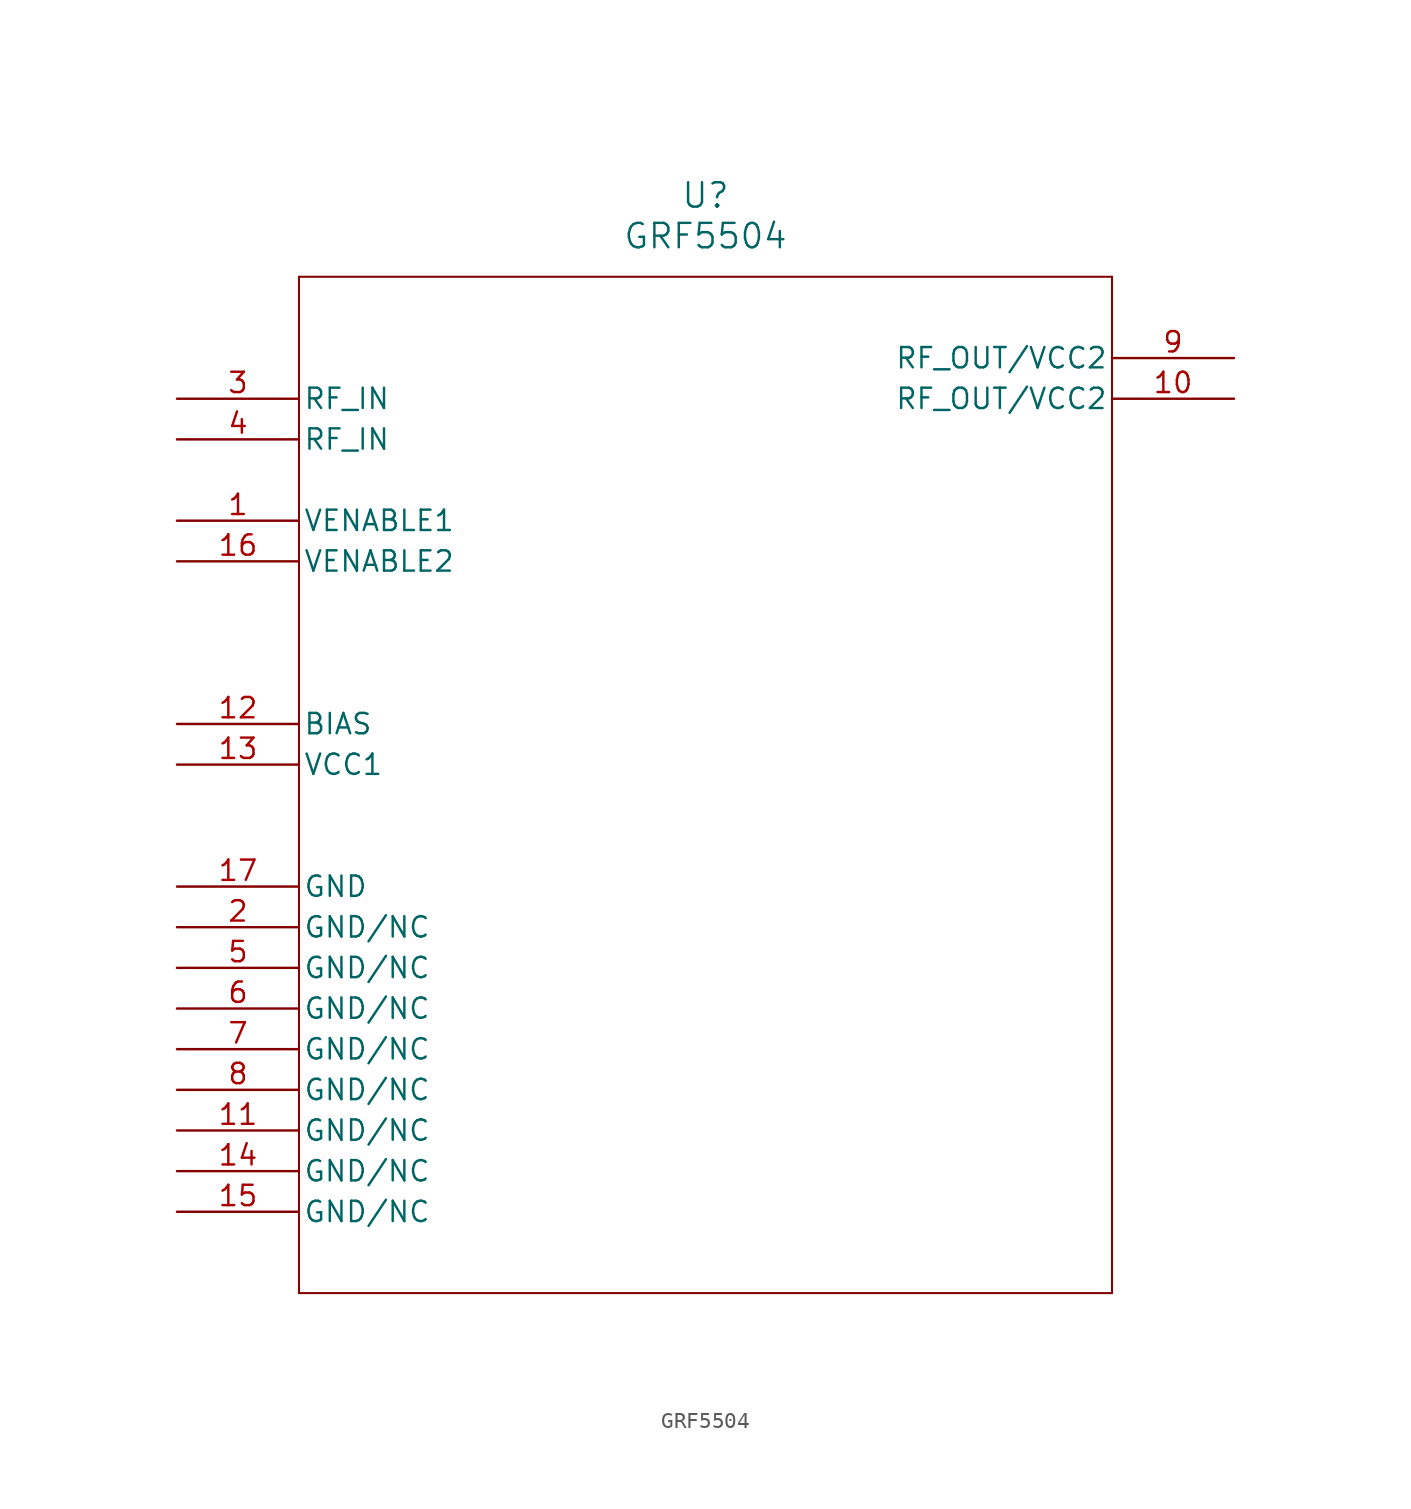
<source format=kicad_sym>
(kicad_symbol_lib
  (version 20211014)
  (generator kicad_symbol_editor)
  (symbol "GRF5504"
    (pin_names
      (offset 0.254))
    (property "Reference" "U"
      (at 33.02 12.7 0)
      (effects (font (size 1.524 1.524))))
    (property "Value" "GRF5504"
      (at 33.02 10.16 0)
      (effects (font (size 1.524 1.524))))
    (symbol "GRF5504_0_1"
      (polyline (pts (xy 7.62 7.62) (xy 7.62 -55.88)) (stroke (width 0.127) (type default) (color 0 0 0 0)) (fill (type none)))
      (polyline (pts (xy 7.62 -55.88) (xy 58.42 -55.88)) (stroke (width 0.127) (type default) (color 0 0 0 0)) (fill (type none)))
      (polyline (pts (xy 58.42 -55.88) (xy 58.42 7.62)) (stroke (width 0.127) (type default) (color 0 0 0 0)) (fill (type none)))
      (polyline (pts (xy 58.42 7.62) (xy 7.62 7.62)) (stroke (width 0.127) (type default) (color 0 0 0 0)) (fill (type none)))
      (pin input line (at 0 -7.62 0) (length 7.62) (name "VENABLE1" (effects (font (size 1.27 1.27)))) (number "1" (effects (font (size 1.27 1.27)))))
      (pin power_out line (at 0 -33.02 0) (length 7.62) (name "GND/NC" (effects (font (size 1.27 1.27)))) (number "2" (effects (font (size 1.27 1.27)))))
      (pin input line (at 0 0 0) (length 7.62) (name "RF_IN" (effects (font (size 1.27 1.27)))) (number "3" (effects (font (size 1.27 1.27)))))
      (pin input line (at 0 -2.54 0) (length 7.62) (name "RF_IN" (effects (font (size 1.27 1.27)))) (number "4" (effects (font (size 1.27 1.27)))))
      (pin power_out line (at 0 -35.56 0) (length 7.62) (name "GND/NC" (effects (font (size 1.27 1.27)))) (number "5" (effects (font (size 1.27 1.27)))))
      (pin power_out line (at 0 -38.1 0) (length 7.62) (name "GND/NC" (effects (font (size 1.27 1.27)))) (number "6" (effects (font (size 1.27 1.27)))))
      (pin power_out line (at 0 -40.64 0) (length 7.62) (name "GND/NC" (effects (font (size 1.27 1.27)))) (number "7" (effects (font (size 1.27 1.27)))))
      (pin power_out line (at 0 -43.18 0) (length 7.62) (name "GND/NC" (effects (font (size 1.27 1.27)))) (number "8" (effects (font (size 1.27 1.27)))))
      (pin power_in line (at 66.04 2.54 180) (length 7.62) (name "RF_OUT/VCC2" (effects (font (size 1.27 1.27)))) (number "9" (effects (font (size 1.27 1.27)))))
      (pin output line (at 66.04 0 180) (length 7.62) (name "RF_OUT/VCC2" (effects (font (size 1.27 1.27)))) (number "10" (effects (font (size 1.27 1.27)))))
      (pin power_out line (at 0 -45.72 0) (length 7.62) (name "GND/NC" (effects (font (size 1.27 1.27)))) (number "11" (effects (font (size 1.27 1.27)))))
      (pin power_in line (at 0 -20.32 0) (length 7.62) (name "BIAS" (effects (font (size 1.27 1.27)))) (number "12" (effects (font (size 1.27 1.27)))))
      (pin power_in line (at 0 -22.86 0) (length 7.62) (name "VCC1" (effects (font (size 1.27 1.27)))) (number "13" (effects (font (size 1.27 1.27)))))
      (pin power_out line (at 0 -48.26 0) (length 7.62) (name "GND/NC" (effects (font (size 1.27 1.27)))) (number "14" (effects (font (size 1.27 1.27)))))
      (pin power_out line (at 0 -50.8 0) (length 7.62) (name "GND/NC" (effects (font (size 1.27 1.27)))) (number "15" (effects (font (size 1.27 1.27)))))
      (pin input line (at 0 -10.16 0) (length 7.62) (name "VENABLE2" (effects (font (size 1.27 1.27)))) (number "16" (effects (font (size 1.27 1.27)))))
      (pin power_out line (at 0 -30.48 0) (length 7.62) (name "GND" (effects (font (size 1.27 1.27)))) (number "17" (effects (font (size 1.27 1.27))))))))
</source>
